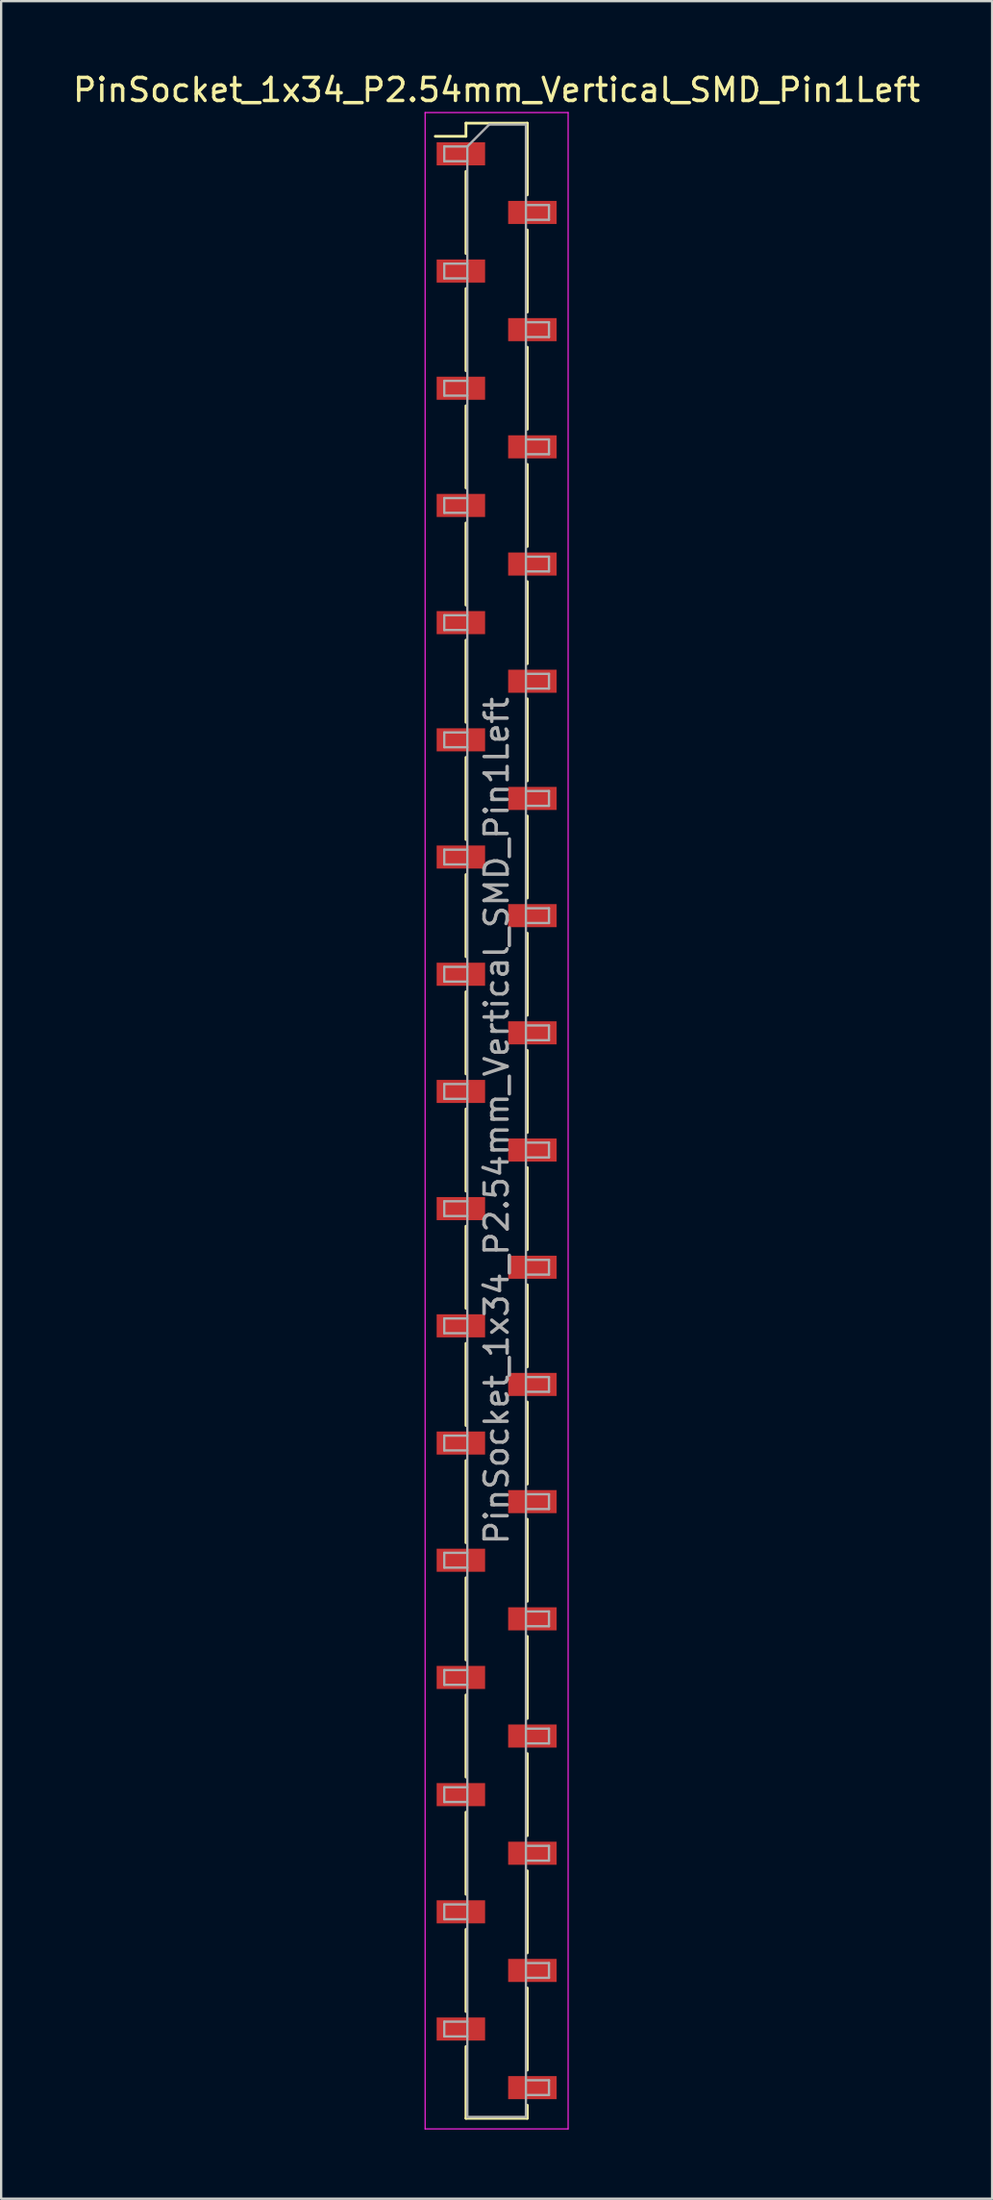
<source format=kicad_pcb>
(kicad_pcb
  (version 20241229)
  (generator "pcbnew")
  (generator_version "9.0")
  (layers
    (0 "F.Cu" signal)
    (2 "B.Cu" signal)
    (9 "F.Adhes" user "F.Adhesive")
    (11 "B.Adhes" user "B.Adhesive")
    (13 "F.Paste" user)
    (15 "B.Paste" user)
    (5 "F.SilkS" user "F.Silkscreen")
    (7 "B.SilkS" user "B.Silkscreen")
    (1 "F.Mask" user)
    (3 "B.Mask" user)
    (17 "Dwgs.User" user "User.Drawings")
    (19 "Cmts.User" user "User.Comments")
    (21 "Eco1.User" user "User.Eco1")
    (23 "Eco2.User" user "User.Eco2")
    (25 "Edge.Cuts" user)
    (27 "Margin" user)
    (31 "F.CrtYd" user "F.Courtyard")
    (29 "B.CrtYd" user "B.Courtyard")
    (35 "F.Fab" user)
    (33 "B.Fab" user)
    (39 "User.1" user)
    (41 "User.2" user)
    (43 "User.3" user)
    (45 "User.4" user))
  (footprint "PinSocket_1x34_P2.54mm_Vertical_SMD_Pin1Left"
    (layer "F.Cu")
    (at 18.482 45.528)
    (property "Reference" "PinSocket_1x34_P2.54mm_Vertical_SMD_Pin1Left" (at 0 -44.68 0) (layer "F.SilkS") (effects (font (size 1 1) (thickness 0.15))))
    (attr smd)
    (fp_line (start -2.66 -42.67) (end -1.33 -42.67) (stroke (width 0.12) (type solid)) (layer "F.SilkS"))
    (fp_line (start -1.33 -43.24) (end 1.33 -43.24) (stroke (width 0.12) (type solid)) (layer "F.SilkS"))
    (fp_line (start -1.33 -42.67) (end -1.33 -43.24) (stroke (width 0.12) (type solid)) (layer "F.SilkS"))
    (fp_line (start -1.33 -41.15) (end -1.33 -37.59) (stroke (width 0.12) (type solid)) (layer "F.SilkS"))
    (fp_line (start -1.33 -36.07) (end -1.33 -32.51) (stroke (width 0.12) (type solid)) (layer "F.SilkS"))
    (fp_line (start -1.33 -30.99) (end -1.33 -27.43) (stroke (width 0.12) (type solid)) (layer "F.SilkS"))
    (fp_line (start -1.33 -25.91) (end -1.33 -22.35) (stroke (width 0.12) (type solid)) (layer "F.SilkS"))
    (fp_line (start -1.33 -20.83) (end -1.33 -17.27) (stroke (width 0.12) (type solid)) (layer "F.SilkS"))
    (fp_line (start -1.33 -15.75) (end -1.33 -12.19) (stroke (width 0.12) (type solid)) (layer "F.SilkS"))
    (fp_line (start -1.33 -10.67) (end -1.33 -7.11) (stroke (width 0.12) (type solid)) (layer "F.SilkS"))
    (fp_line (start -1.33 -5.59) (end -1.33 -2.03) (stroke (width 0.12) (type solid)) (layer "F.SilkS"))
    (fp_line (start -1.33 -0.51) (end -1.33 3.05) (stroke (width 0.12) (type solid)) (layer "F.SilkS"))
    (fp_line (start -1.33 4.57) (end -1.33 8.13) (stroke (width 0.12) (type solid)) (layer "F.SilkS"))
    (fp_line (start -1.33 9.65) (end -1.33 13.21) (stroke (width 0.12) (type solid)) (layer "F.SilkS"))
    (fp_line (start -1.33 14.73) (end -1.33 18.29) (stroke (width 0.12) (type solid)) (layer "F.SilkS"))
    (fp_line (start -1.33 19.81) (end -1.33 23.37) (stroke (width 0.12) (type solid)) (layer "F.SilkS"))
    (fp_line (start -1.33 24.89) (end -1.33 28.45) (stroke (width 0.12) (type solid)) (layer "F.SilkS"))
    (fp_line (start -1.33 29.97) (end -1.33 33.53) (stroke (width 0.12) (type solid)) (layer "F.SilkS"))
    (fp_line (start -1.33 35.05) (end -1.33 38.61) (stroke (width 0.12) (type solid)) (layer "F.SilkS"))
    (fp_line (start -1.33 40.13) (end -1.33 43.24) (stroke (width 0.12) (type solid)) (layer "F.SilkS"))
    (fp_line (start 1.33 -43.24) (end 1.33 -40.13) (stroke (width 0.12) (type solid)) (layer "F.SilkS"))
    (fp_line (start 1.33 -38.61) (end 1.33 -35.05) (stroke (width 0.12) (type solid)) (layer "F.SilkS"))
    (fp_line (start 1.33 -33.53) (end 1.33 -29.97) (stroke (width 0.12) (type solid)) (layer "F.SilkS"))
    (fp_line (start 1.33 -28.45) (end 1.33 -24.89) (stroke (width 0.12) (type solid)) (layer "F.SilkS"))
    (fp_line (start 1.33 -23.37) (end 1.33 -19.81) (stroke (width 0.12) (type solid)) (layer "F.SilkS"))
    (fp_line (start 1.33 -18.29) (end 1.33 -14.73) (stroke (width 0.12) (type solid)) (layer "F.SilkS"))
    (fp_line (start 1.33 -13.21) (end 1.33 -9.65) (stroke (width 0.12) (type solid)) (layer "F.SilkS"))
    (fp_line (start 1.33 -8.13) (end 1.33 -4.57) (stroke (width 0.12) (type solid)) (layer "F.SilkS"))
    (fp_line (start 1.33 -3.05) (end 1.33 0.51) (stroke (width 0.12) (type solid)) (layer "F.SilkS"))
    (fp_line (start 1.33 2.03) (end 1.33 5.59) (stroke (width 0.12) (type solid)) (layer "F.SilkS"))
    (fp_line (start 1.33 7.11) (end 1.33 10.67) (stroke (width 0.12) (type solid)) (layer "F.SilkS"))
    (fp_line (start 1.33 12.19) (end 1.33 15.75) (stroke (width 0.12) (type solid)) (layer "F.SilkS"))
    (fp_line (start 1.33 17.27) (end 1.33 20.83) (stroke (width 0.12) (type solid)) (layer "F.SilkS"))
    (fp_line (start 1.33 22.35) (end 1.33 25.91) (stroke (width 0.12) (type solid)) (layer "F.SilkS"))
    (fp_line (start 1.33 27.43) (end 1.33 30.99) (stroke (width 0.12) (type solid)) (layer "F.SilkS"))
    (fp_line (start 1.33 32.51) (end 1.33 36.07) (stroke (width 0.12) (type solid)) (layer "F.SilkS"))
    (fp_line (start 1.33 37.59) (end 1.33 41.15) (stroke (width 0.12) (type solid)) (layer "F.SilkS"))
    (fp_line (start 1.33 42.67) (end 1.33 43.24) (stroke (width 0.12) (type solid)) (layer "F.SilkS"))
    (fp_line (start 1.33 43.24) (end -1.33 43.24) (stroke (width 0.12) (type solid)) (layer "F.SilkS"))
    (fp_line (start -3.1 -43.7) (end 3.1 -43.7) (stroke (width 0.05) (type solid)) (layer "F.CrtYd"))
    (fp_line (start -3.1 43.7) (end -3.1 -43.7) (stroke (width 0.05) (type solid)) (layer "F.CrtYd"))
    (fp_line (start 3.1 -43.7) (end 3.1 43.7) (stroke (width 0.05) (type solid)) (layer "F.CrtYd"))
    (fp_line (start 3.1 43.7) (end -3.1 43.7) (stroke (width 0.05) (type solid)) (layer "F.CrtYd"))
    (fp_line (start -2.27 -42.23) (end -1.27 -42.23) (stroke (width 0.1) (type solid)) (layer "F.Fab"))
    (fp_line (start -2.27 -41.59) (end -2.27 -42.23) (stroke (width 0.1) (type solid)) (layer "F.Fab"))
    (fp_line (start -2.27 -37.15) (end -1.27 -37.15) (stroke (width 0.1) (type solid)) (layer "F.Fab"))
    (fp_line (start -2.27 -36.51) (end -2.27 -37.15) (stroke (width 0.1) (type solid)) (layer "F.Fab"))
    (fp_line (start -2.27 -32.07) (end -1.27 -32.07) (stroke (width 0.1) (type solid)) (layer "F.Fab"))
    (fp_line (start -2.27 -31.43) (end -2.27 -32.07) (stroke (width 0.1) (type solid)) (layer "F.Fab"))
    (fp_line (start -2.27 -26.99) (end -1.27 -26.99) (stroke (width 0.1) (type solid)) (layer "F.Fab"))
    (fp_line (start -2.27 -26.35) (end -2.27 -26.99) (stroke (width 0.1) (type solid)) (layer "F.Fab"))
    (fp_line (start -2.27 -21.91) (end -1.27 -21.91) (stroke (width 0.1) (type solid)) (layer "F.Fab"))
    (fp_line (start -2.27 -21.27) (end -2.27 -21.91) (stroke (width 0.1) (type solid)) (layer "F.Fab"))
    (fp_line (start -2.27 -16.83) (end -1.27 -16.83) (stroke (width 0.1) (type solid)) (layer "F.Fab"))
    (fp_line (start -2.27 -16.19) (end -2.27 -16.83) (stroke (width 0.1) (type solid)) (layer "F.Fab"))
    (fp_line (start -2.27 -11.75) (end -1.27 -11.75) (stroke (width 0.1) (type solid)) (layer "F.Fab"))
    (fp_line (start -2.27 -11.11) (end -2.27 -11.75) (stroke (width 0.1) (type solid)) (layer "F.Fab"))
    (fp_line (start -2.27 -6.67) (end -1.27 -6.67) (stroke (width 0.1) (type solid)) (layer "F.Fab"))
    (fp_line (start -2.27 -6.03) (end -2.27 -6.67) (stroke (width 0.1) (type solid)) (layer "F.Fab"))
    (fp_line (start -2.27 -1.59) (end -1.27 -1.59) (stroke (width 0.1) (type solid)) (layer "F.Fab"))
    (fp_line (start -2.27 -0.95) (end -2.27 -1.59) (stroke (width 0.1) (type solid)) (layer "F.Fab"))
    (fp_line (start -2.27 3.49) (end -1.27 3.49) (stroke (width 0.1) (type solid)) (layer "F.Fab"))
    (fp_line (start -2.27 4.13) (end -2.27 3.49) (stroke (width 0.1) (type solid)) (layer "F.Fab"))
    (fp_line (start -2.27 8.57) (end -1.27 8.57) (stroke (width 0.1) (type solid)) (layer "F.Fab"))
    (fp_line (start -2.27 9.21) (end -2.27 8.57) (stroke (width 0.1) (type solid)) (layer "F.Fab"))
    (fp_line (start -2.27 13.65) (end -1.27 13.65) (stroke (width 0.1) (type solid)) (layer "F.Fab"))
    (fp_line (start -2.27 14.29) (end -2.27 13.65) (stroke (width 0.1) (type solid)) (layer "F.Fab"))
    (fp_line (start -2.27 18.73) (end -1.27 18.73) (stroke (width 0.1) (type solid)) (layer "F.Fab"))
    (fp_line (start -2.27 19.37) (end -2.27 18.73) (stroke (width 0.1) (type solid)) (layer "F.Fab"))
    (fp_line (start -2.27 23.81) (end -1.27 23.81) (stroke (width 0.1) (type solid)) (layer "F.Fab"))
    (fp_line (start -2.27 24.45) (end -2.27 23.81) (stroke (width 0.1) (type solid)) (layer "F.Fab"))
    (fp_line (start -2.27 28.89) (end -1.27 28.89) (stroke (width 0.1) (type solid)) (layer "F.Fab"))
    (fp_line (start -2.27 29.53) (end -2.27 28.89) (stroke (width 0.1) (type solid)) (layer "F.Fab"))
    (fp_line (start -2.27 33.97) (end -1.27 33.97) (stroke (width 0.1) (type solid)) (layer "F.Fab"))
    (fp_line (start -2.27 34.61) (end -2.27 33.97) (stroke (width 0.1) (type solid)) (layer "F.Fab"))
    (fp_line (start -2.27 39.05) (end -1.27 39.05) (stroke (width 0.1) (type solid)) (layer "F.Fab"))
    (fp_line (start -2.27 39.69) (end -2.27 39.05) (stroke (width 0.1) (type solid)) (layer "F.Fab"))
    (fp_line (start -1.27 -42.23) (end -0.32 -43.18) (stroke (width 0.1) (type solid)) (layer "F.Fab"))
    (fp_line (start -1.27 -41.59) (end -2.27 -41.59) (stroke (width 0.1) (type solid)) (layer "F.Fab"))
    (fp_line (start -1.27 -36.51) (end -2.27 -36.51) (stroke (width 0.1) (type solid)) (layer "F.Fab"))
    (fp_line (start -1.27 -31.43) (end -2.27 -31.43) (stroke (width 0.1) (type solid)) (layer "F.Fab"))
    (fp_line (start -1.27 -26.35) (end -2.27 -26.35) (stroke (width 0.1) (type solid)) (layer "F.Fab"))
    (fp_line (start -1.27 -21.27) (end -2.27 -21.27) (stroke (width 0.1) (type solid)) (layer "F.Fab"))
    (fp_line (start -1.27 -16.19) (end -2.27 -16.19) (stroke (width 0.1) (type solid)) (layer "F.Fab"))
    (fp_line (start -1.27 -11.11) (end -2.27 -11.11) (stroke (width 0.1) (type solid)) (layer "F.Fab"))
    (fp_line (start -1.27 -6.03) (end -2.27 -6.03) (stroke (width 0.1) (type solid)) (layer "F.Fab"))
    (fp_line (start -1.27 -0.95) (end -2.27 -0.95) (stroke (width 0.1) (type solid)) (layer "F.Fab"))
    (fp_line (start -1.27 4.13) (end -2.27 4.13) (stroke (width 0.1) (type solid)) (layer "F.Fab"))
    (fp_line (start -1.27 9.21) (end -2.27 9.21) (stroke (width 0.1) (type solid)) (layer "F.Fab"))
    (fp_line (start -1.27 14.29) (end -2.27 14.29) (stroke (width 0.1) (type solid)) (layer "F.Fab"))
    (fp_line (start -1.27 19.37) (end -2.27 19.37) (stroke (width 0.1) (type solid)) (layer "F.Fab"))
    (fp_line (start -1.27 24.45) (end -2.27 24.45) (stroke (width 0.1) (type solid)) (layer "F.Fab"))
    (fp_line (start -1.27 29.53) (end -2.27 29.53) (stroke (width 0.1) (type solid)) (layer "F.Fab"))
    (fp_line (start -1.27 34.61) (end -2.27 34.61) (stroke (width 0.1) (type solid)) (layer "F.Fab"))
    (fp_line (start -1.27 39.69) (end -2.27 39.69) (stroke (width 0.1) (type solid)) (layer "F.Fab"))
    (fp_line (start -1.27 43.18) (end -1.27 -42.23) (stroke (width 0.1) (type solid)) (layer "F.Fab"))
    (fp_line (start -0.32 -43.18) (end 1.27 -43.18) (stroke (width 0.1) (type solid)) (layer "F.Fab"))
    (fp_line (start 1.27 -43.18) (end 1.27 43.18) (stroke (width 0.1) (type solid)) (layer "F.Fab"))
    (fp_line (start 1.27 -39.69) (end 2.27 -39.69) (stroke (width 0.1) (type solid)) (layer "F.Fab"))
    (fp_line (start 1.27 -34.61) (end 2.27 -34.61) (stroke (width 0.1) (type solid)) (layer "F.Fab"))
    (fp_line (start 1.27 -29.53) (end 2.27 -29.53) (stroke (width 0.1) (type solid)) (layer "F.Fab"))
    (fp_line (start 1.27 -24.45) (end 2.27 -24.45) (stroke (width 0.1) (type solid)) (layer "F.Fab"))
    (fp_line (start 1.27 -19.37) (end 2.27 -19.37) (stroke (width 0.1) (type solid)) (layer "F.Fab"))
    (fp_line (start 1.27 -14.29) (end 2.27 -14.29) (stroke (width 0.1) (type solid)) (layer "F.Fab"))
    (fp_line (start 1.27 -9.21) (end 2.27 -9.21) (stroke (width 0.1) (type solid)) (layer "F.Fab"))
    (fp_line (start 1.27 -4.13) (end 2.27 -4.13) (stroke (width 0.1) (type solid)) (layer "F.Fab"))
    (fp_line (start 1.27 0.95) (end 2.27 0.95) (stroke (width 0.1) (type solid)) (layer "F.Fab"))
    (fp_line (start 1.27 6.03) (end 2.27 6.03) (stroke (width 0.1) (type solid)) (layer "F.Fab"))
    (fp_line (start 1.27 11.11) (end 2.27 11.11) (stroke (width 0.1) (type solid)) (layer "F.Fab"))
    (fp_line (start 1.27 16.19) (end 2.27 16.19) (stroke (width 0.1) (type solid)) (layer "F.Fab"))
    (fp_line (start 1.27 21.27) (end 2.27 21.27) (stroke (width 0.1) (type solid)) (layer "F.Fab"))
    (fp_line (start 1.27 26.35) (end 2.27 26.35) (stroke (width 0.1) (type solid)) (layer "F.Fab"))
    (fp_line (start 1.27 31.43) (end 2.27 31.43) (stroke (width 0.1) (type solid)) (layer "F.Fab"))
    (fp_line (start 1.27 36.51) (end 2.27 36.51) (stroke (width 0.1) (type solid)) (layer "F.Fab"))
    (fp_line (start 1.27 41.59) (end 2.27 41.59) (stroke (width 0.1) (type solid)) (layer "F.Fab"))
    (fp_line (start 1.27 43.18) (end -1.27 43.18) (stroke (width 0.1) (type solid)) (layer "F.Fab"))
    (fp_line (start 2.27 -39.69) (end 2.27 -39.05) (stroke (width 0.1) (type solid)) (layer "F.Fab"))
    (fp_line (start 2.27 -39.05) (end 1.27 -39.05) (stroke (width 0.1) (type solid)) (layer "F.Fab"))
    (fp_line (start 2.27 -34.61) (end 2.27 -33.97) (stroke (width 0.1) (type solid)) (layer "F.Fab"))
    (fp_line (start 2.27 -33.97) (end 1.27 -33.97) (stroke (width 0.1) (type solid)) (layer "F.Fab"))
    (fp_line (start 2.27 -29.53) (end 2.27 -28.89) (stroke (width 0.1) (type solid)) (layer "F.Fab"))
    (fp_line (start 2.27 -28.89) (end 1.27 -28.89) (stroke (width 0.1) (type solid)) (layer "F.Fab"))
    (fp_line (start 2.27 -24.45) (end 2.27 -23.81) (stroke (width 0.1) (type solid)) (layer "F.Fab"))
    (fp_line (start 2.27 -23.81) (end 1.27 -23.81) (stroke (width 0.1) (type solid)) (layer "F.Fab"))
    (fp_line (start 2.27 -19.37) (end 2.27 -18.73) (stroke (width 0.1) (type solid)) (layer "F.Fab"))
    (fp_line (start 2.27 -18.73) (end 1.27 -18.73) (stroke (width 0.1) (type solid)) (layer "F.Fab"))
    (fp_line (start 2.27 -14.29) (end 2.27 -13.65) (stroke (width 0.1) (type solid)) (layer "F.Fab"))
    (fp_line (start 2.27 -13.65) (end 1.27 -13.65) (stroke (width 0.1) (type solid)) (layer "F.Fab"))
    (fp_line (start 2.27 -9.21) (end 2.27 -8.57) (stroke (width 0.1) (type solid)) (layer "F.Fab"))
    (fp_line (start 2.27 -8.57) (end 1.27 -8.57) (stroke (width 0.1) (type solid)) (layer "F.Fab"))
    (fp_line (start 2.27 -4.13) (end 2.27 -3.49) (stroke (width 0.1) (type solid)) (layer "F.Fab"))
    (fp_line (start 2.27 -3.49) (end 1.27 -3.49) (stroke (width 0.1) (type solid)) (layer "F.Fab"))
    (fp_line (start 2.27 0.95) (end 2.27 1.59) (stroke (width 0.1) (type solid)) (layer "F.Fab"))
    (fp_line (start 2.27 1.59) (end 1.27 1.59) (stroke (width 0.1) (type solid)) (layer "F.Fab"))
    (fp_line (start 2.27 6.03) (end 2.27 6.67) (stroke (width 0.1) (type solid)) (layer "F.Fab"))
    (fp_line (start 2.27 6.67) (end 1.27 6.67) (stroke (width 0.1) (type solid)) (layer "F.Fab"))
    (fp_line (start 2.27 11.11) (end 2.27 11.75) (stroke (width 0.1) (type solid)) (layer "F.Fab"))
    (fp_line (start 2.27 11.75) (end 1.27 11.75) (stroke (width 0.1) (type solid)) (layer "F.Fab"))
    (fp_line (start 2.27 16.19) (end 2.27 16.83) (stroke (width 0.1) (type solid)) (layer "F.Fab"))
    (fp_line (start 2.27 16.83) (end 1.27 16.83) (stroke (width 0.1) (type solid)) (layer "F.Fab"))
    (fp_line (start 2.27 21.27) (end 2.27 21.91) (stroke (width 0.1) (type solid)) (layer "F.Fab"))
    (fp_line (start 2.27 21.91) (end 1.27 21.91) (stroke (width 0.1) (type solid)) (layer "F.Fab"))
    (fp_line (start 2.27 26.35) (end 2.27 26.99) (stroke (width 0.1) (type solid)) (layer "F.Fab"))
    (fp_line (start 2.27 26.99) (end 1.27 26.99) (stroke (width 0.1) (type solid)) (layer "F.Fab"))
    (fp_line (start 2.27 31.43) (end 2.27 32.07) (stroke (width 0.1) (type solid)) (layer "F.Fab"))
    (fp_line (start 2.27 32.07) (end 1.27 32.07) (stroke (width 0.1) (type solid)) (layer "F.Fab"))
    (fp_line (start 2.27 36.51) (end 2.27 37.15) (stroke (width 0.1) (type solid)) (layer "F.Fab"))
    (fp_line (start 2.27 37.15) (end 1.27 37.15) (stroke (width 0.1) (type solid)) (layer "F.Fab"))
    (fp_line (start 2.27 41.59) (end 2.27 42.23) (stroke (width 0.1) (type solid)) (layer "F.Fab"))
    (fp_line (start 2.27 42.23) (end 1.27 42.23) (stroke (width 0.1) (type solid)) (layer "F.Fab"))
    (fp_text user "${REFERENCE}" (at 0 0 90) (layer "F.Fab") (effects (font (size 1 1) (thickness 0.15))))
    (pad "1" smd rect (at -1.55 -41.91) (size 2.1 1) (layers "F.Cu" "F.Mask" "F.Paste"))
    (pad "2" smd rect (at 1.55 -39.37) (size 2.1 1) (layers "F.Cu" "F.Mask" "F.Paste"))
    (pad "3" smd rect (at -1.55 -36.83) (size 2.1 1) (layers "F.Cu" "F.Mask" "F.Paste"))
    (pad "4" smd rect (at 1.55 -34.29) (size 2.1 1) (layers "F.Cu" "F.Mask" "F.Paste"))
    (pad "5" smd rect (at -1.55 -31.75) (size 2.1 1) (layers "F.Cu" "F.Mask" "F.Paste"))
    (pad "6" smd rect (at 1.55 -29.21) (size 2.1 1) (layers "F.Cu" "F.Mask" "F.Paste"))
    (pad "7" smd rect (at -1.55 -26.67) (size 2.1 1) (layers "F.Cu" "F.Mask" "F.Paste"))
    (pad "8" smd rect (at 1.55 -24.13) (size 2.1 1) (layers "F.Cu" "F.Mask" "F.Paste"))
    (pad "9" smd rect (at -1.55 -21.59) (size 2.1 1) (layers "F.Cu" "F.Mask" "F.Paste"))
    (pad "10" smd rect (at 1.55 -19.05) (size 2.1 1) (layers "F.Cu" "F.Mask" "F.Paste"))
    (pad "11" smd rect (at -1.55 -16.51) (size 2.1 1) (layers "F.Cu" "F.Mask" "F.Paste"))
    (pad "12" smd rect (at 1.55 -13.97) (size 2.1 1) (layers "F.Cu" "F.Mask" "F.Paste"))
    (pad "13" smd rect (at -1.55 -11.43) (size 2.1 1) (layers "F.Cu" "F.Mask" "F.Paste"))
    (pad "14" smd rect (at 1.55 -8.89) (size 2.1 1) (layers "F.Cu" "F.Mask" "F.Paste"))
    (pad "15" smd rect (at -1.55 -6.35) (size 2.1 1) (layers "F.Cu" "F.Mask" "F.Paste"))
    (pad "16" smd rect (at 1.55 -3.81) (size 2.1 1) (layers "F.Cu" "F.Mask" "F.Paste"))
    (pad "17" smd rect (at -1.55 -1.27) (size 2.1 1) (layers "F.Cu" "F.Mask" "F.Paste"))
    (pad "18" smd rect (at 1.55 1.27) (size 2.1 1) (layers "F.Cu" "F.Mask" "F.Paste"))
    (pad "19" smd rect (at -1.55 3.81) (size 2.1 1) (layers "F.Cu" "F.Mask" "F.Paste"))
    (pad "20" smd rect (at 1.55 6.35) (size 2.1 1) (layers "F.Cu" "F.Mask" "F.Paste"))
    (pad "21" smd rect (at -1.55 8.89) (size 2.1 1) (layers "F.Cu" "F.Mask" "F.Paste"))
    (pad "22" smd rect (at 1.55 11.43) (size 2.1 1) (layers "F.Cu" "F.Mask" "F.Paste"))
    (pad "23" smd rect (at -1.55 13.97) (size 2.1 1) (layers "F.Cu" "F.Mask" "F.Paste"))
    (pad "24" smd rect (at 1.55 16.51) (size 2.1 1) (layers "F.Cu" "F.Mask" "F.Paste"))
    (pad "25" smd rect (at -1.55 19.05) (size 2.1 1) (layers "F.Cu" "F.Mask" "F.Paste"))
    (pad "26" smd rect (at 1.55 21.59) (size 2.1 1) (layers "F.Cu" "F.Mask" "F.Paste"))
    (pad "27" smd rect (at -1.55 24.13) (size 2.1 1) (layers "F.Cu" "F.Mask" "F.Paste"))
    (pad "28" smd rect (at 1.55 26.67) (size 2.1 1) (layers "F.Cu" "F.Mask" "F.Paste"))
    (pad "29" smd rect (at -1.55 29.21) (size 2.1 1) (layers "F.Cu" "F.Mask" "F.Paste"))
    (pad "30" smd rect (at 1.55 31.75) (size 2.1 1) (layers "F.Cu" "F.Mask" "F.Paste"))
    (pad "31" smd rect (at -1.55 34.29) (size 2.1 1) (layers "F.Cu" "F.Mask" "F.Paste"))
    (pad "32" smd rect (at 1.55 36.83) (size 2.1 1) (layers "F.Cu" "F.Mask" "F.Paste"))
    (pad "33" smd rect (at -1.55 39.37) (size 2.1 1) (layers "F.Cu" "F.Mask" "F.Paste"))
    (pad "34" smd rect (at 1.55 41.91) (size 2.1 1) (layers "F.Cu" "F.Mask" "F.Paste")))
  (gr_rect
    (start -3 -3)
    (end 39.964 92.253)
    (stroke (width 0.1) (type default))
    (fill no)
    (layer "Edge.Cuts")))
</source>
